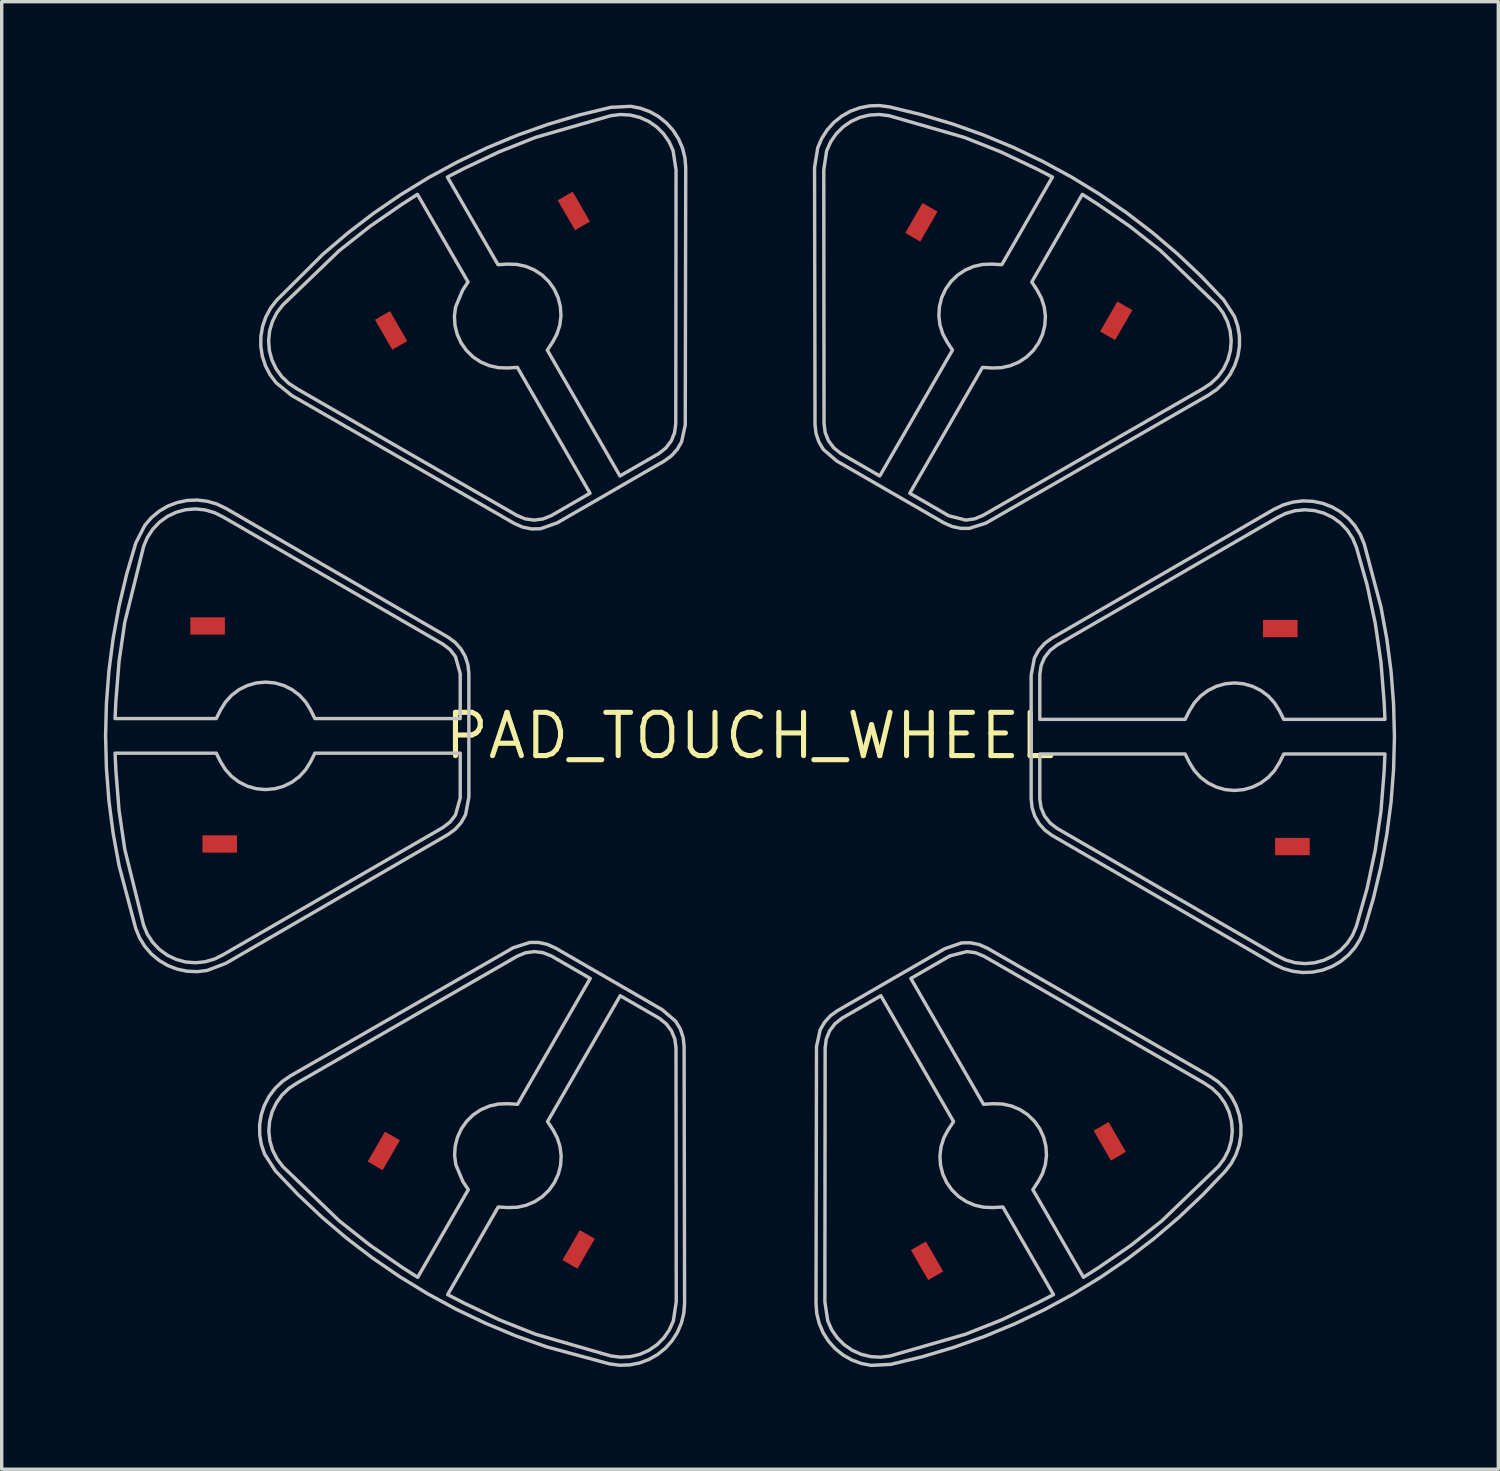
<source format=kicad_pcb>
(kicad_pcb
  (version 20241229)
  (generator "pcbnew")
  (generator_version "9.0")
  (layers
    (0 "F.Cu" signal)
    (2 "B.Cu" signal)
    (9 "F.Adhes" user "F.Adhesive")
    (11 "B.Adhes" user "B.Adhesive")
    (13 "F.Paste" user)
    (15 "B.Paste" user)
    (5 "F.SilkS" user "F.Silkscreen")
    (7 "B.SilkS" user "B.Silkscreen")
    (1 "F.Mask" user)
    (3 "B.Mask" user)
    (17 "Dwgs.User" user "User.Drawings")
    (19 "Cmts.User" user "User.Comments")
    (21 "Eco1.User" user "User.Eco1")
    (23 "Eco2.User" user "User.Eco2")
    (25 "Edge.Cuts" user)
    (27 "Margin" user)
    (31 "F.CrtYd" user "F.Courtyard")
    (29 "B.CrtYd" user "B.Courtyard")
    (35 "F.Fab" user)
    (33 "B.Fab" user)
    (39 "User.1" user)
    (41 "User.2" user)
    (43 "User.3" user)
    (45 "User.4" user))
  (footprint "PAD_TOUCH_WHEEL"
    (layer "F.Cu")
    (at 18.972 18.556)
    (property "Reference" "PAD_TOUCH_WHEEL" (at 0 0 0) (layer "F.SilkS") (effects (font (size 1.27 1.27) (thickness 0.15))))
    (attr through_hole)
    (fp_poly (pts (xy -8.382 -0.381) (xy -18.771 -0.381) (xy -18.745 -1.041) (xy -18.684 -1.961) (xy -18.572 -2.876) (xy -18.409 -3.783) (xy -17.932 -5.563) (xy -17.826 -5.818) (xy -17.68 -6.054) (xy -17.499 -6.263) (xy -17.288 -6.442) (xy -17.051 -6.585) (xy -16.794 -6.69) (xy -16.525 -6.752) (xy -16.249 -6.772) (xy -15.973 -6.748) (xy -15.704 -6.681) (xy -15.215 -6.426) (xy -9.017 -2.845) (xy -8.815 -2.7) (xy -8.644 -2.518) (xy -8.512 -2.307) (xy -8.382 -1.829)) (stroke (width 0) (type solid)) (fill yes) (layer "F.Mask"))
    (fp_poly (pts (xy 3.858 -7.457) (xy 9.052 -16.454) (xy 8.467 -16.762) (xy 7.64 -17.169) (xy 6.792 -17.529) (xy 5.925 -17.841) (xy 4.146 -18.319) (xy 3.868 -18.354) (xy 3.589 -18.346) (xy 3.314 -18.293) (xy 3.052 -18.198) (xy 2.807 -18.063) (xy 2.587 -17.891) (xy 2.396 -17.686) (xy 2.241 -17.454) (xy 2.123 -17.201) (xy 2.047 -16.932) (xy 2.015 -16.654) (xy 2.026 -16.375) (xy 2.042 -9.239) (xy 2.066 -8.991) (xy 2.138 -8.753) (xy 2.255 -8.533) (xy 2.604 -8.181)) (stroke (width 0) (type solid)) (fill yes) (layer "F.Mask"))
    (fp_poly (pts (xy 8.382 0.406) (xy 18.771 0.406) (xy 18.745 1.067) (xy 18.684 1.986) (xy 18.572 2.901) (xy 18.409 3.808) (xy 17.932 5.588) (xy 17.826 5.843) (xy 17.68 6.079) (xy 17.499 6.289) (xy 17.288 6.467) (xy 17.051 6.611) (xy 16.794 6.715) (xy 16.525 6.778) (xy 16.249 6.798) (xy 15.973 6.774) (xy 15.704 6.707) (xy 15.215 6.452) (xy 9.017 2.87) (xy 8.815 2.725) (xy 8.644 2.544) (xy 8.512 2.332) (xy 8.424 2.1) (xy 8.382 1.854)) (stroke (width 0) (type solid)) (fill yes) (layer "F.Mask"))
    (fp_poly (pts (xy -8.382 0.381) (xy -18.771 0.381) (xy -18.745 1.041) (xy -18.684 1.961) (xy -18.572 2.876) (xy -18.409 3.783) (xy -17.932 5.563) (xy -17.825 5.82) (xy -17.677 6.058) (xy -17.495 6.269) (xy -17.281 6.45) (xy -17.042 6.594) (xy -16.782 6.698) (xy -16.51 6.761) (xy -16.231 6.78) (xy -15.953 6.755) (xy -15.682 6.686) (xy -15.425 6.576) (xy -15.189 6.426) (xy -9.017 2.845) (xy -9.017 2.845) (xy -8.815 2.7) (xy -8.645 2.518) (xy -8.513 2.307) (xy -8.382 1.829)) (stroke (width 0) (type solid)) (fill yes) (layer "F.Mask"))
    (fp_poly (pts (xy -3.858 7.457) (xy -9.052 16.454) (xy -8.467 16.762) (xy -7.64 17.169) (xy -6.792 17.529) (xy -5.925 17.841) (xy -4.145 18.319) (xy -3.868 18.354) (xy -3.589 18.346) (xy -3.314 18.293) (xy -3.052 18.198) (xy -2.807 18.063) (xy -2.587 17.891) (xy -2.396 17.686) (xy -2.24 17.454) (xy -2.123 17.201) (xy -2.047 16.932) (xy -2.014 16.654) (xy -2.026 16.375) (xy -2.041 9.239) (xy -2.066 8.991) (xy -2.138 8.753) (xy -2.255 8.533) (xy -2.412 8.34) (xy -2.604 8.181)) (stroke (width 0) (type solid)) (fill yes) (layer "F.Mask"))
    (fp_poly (pts (xy -4.518 7.076) (xy -9.712 16.073) (xy -10.271 15.721) (xy -11.037 15.208) (xy -11.773 14.654) (xy -12.477 14.059) (xy -13.147 13.426) (xy -13.78 12.756) (xy -13.78 12.756) (xy -13.948 12.536) (xy -14.079 12.292) (xy -14.17 12.031) (xy -14.219 11.758) (xy -14.225 11.482) (xy -14.187 11.207) (xy -14.107 10.942) (xy -13.986 10.693) (xy -13.827 10.466) (xy -13.635 10.267) (xy -13.169 9.971) (xy -6.969 6.394) (xy -6.742 6.291) (xy -6.499 6.234) (xy -6.251 6.226) (xy -6.005 6.266) (xy -5.771 6.352)) (stroke (width 0) (type solid)) (fill yes) (layer "F.Mask"))
    (fp_poly (pts (xy -3.864 -7.457) (xy -9.059 -16.454) (xy -8.474 -16.762) (xy -7.647 -17.169) (xy -6.799 -17.529) (xy -5.932 -17.841) (xy -5.049 -18.105) (xy -4.152 -18.319) (xy -4.152 -18.319) (xy -3.878 -18.354) (xy -3.601 -18.346) (xy -3.329 -18.294) (xy -3.068 -18.2) (xy -2.826 -18.067) (xy -2.607 -17.897) (xy -2.418 -17.695) (xy -2.263 -17.465) (xy -2.146 -17.215) (xy -2.069 -16.948) (xy -2.045 -16.397) (xy -2.048 -9.239) (xy -2.073 -8.991) (xy -2.145 -8.753) (xy -2.261 -8.533) (xy -2.419 -8.34) (xy -2.611 -8.181)) (stroke (width 0) (type solid)) (fill yes) (layer "F.Mask"))
    (fp_poly (pts (xy 3.89 7.457) (xy 9.084 16.454) (xy 8.5 16.762) (xy 7.673 17.169) (xy 6.824 17.529) (xy 5.957 17.841) (xy 4.178 18.319) (xy 4.178 18.319) (xy 3.903 18.354) (xy 3.626 18.346) (xy 3.354 18.294) (xy 3.094 18.2) (xy 2.851 18.067) (xy 2.633 17.897) (xy 2.443 17.695) (xy 2.288 17.465) (xy 2.171 17.215) (xy 2.095 16.948) (xy 2.061 16.674) (xy 2.071 16.397) (xy 2.074 9.239) (xy 2.098 8.991) (xy 2.17 8.753) (xy 2.287 8.533) (xy 2.444 8.34) (xy 2.636 8.181)) (stroke (width 0) (type solid)) (fill yes) (layer "F.Mask"))
    (fp_poly (pts (xy 4.518 -7.076) (xy 9.712 -16.073) (xy 10.271 -15.721) (xy 11.037 -15.208) (xy 11.773 -14.654) (xy 12.477 -14.059) (xy 13.78 -12.756) (xy 13.78 -12.756) (xy 13.948 -12.536) (xy 14.079 -12.292) (xy 14.17 -12.031) (xy 14.219 -11.758) (xy 14.225 -11.482) (xy 14.187 -11.207) (xy 14.107 -10.942) (xy 13.986 -10.693) (xy 13.827 -10.466) (xy 13.635 -10.267) (xy 13.414 -10.101) (xy 13.169 -9.971) (xy 6.969 -6.394) (xy 6.742 -6.291) (xy 6.5 -6.234) (xy 6.251 -6.226) (xy 6.005 -6.266) (xy 5.771 -6.352)) (stroke (width 0) (type solid)) (fill yes) (layer "F.Mask"))
    (fp_poly (pts (xy 8.382 -0.356) (xy 18.771 -0.356) (xy 18.745 -1.016) (xy 18.684 -1.936) (xy 18.572 -2.85) (xy 18.409 -3.757) (xy 17.932 -5.537) (xy 17.825 -5.795) (xy 17.677 -6.033) (xy 17.495 -6.244) (xy 17.281 -6.424) (xy 17.042 -6.568) (xy 16.782 -6.673) (xy 16.51 -6.736) (xy 16.231 -6.755) (xy 15.953 -6.729) (xy 15.682 -6.661) (xy 15.425 -6.55) (xy 15.189 -6.401) (xy 9.017 -2.819) (xy 9.017 -2.819) (xy 8.815 -2.674) (xy 8.645 -2.493) (xy 8.513 -2.281) (xy 8.424 -2.049) (xy 8.382 -1.803)) (stroke (width 0) (type solid)) (fill yes) (layer "F.Mask"))
    (fp_poly (pts (xy -4.524 -7.076) (xy -9.719 -16.073) (xy -10.278 -15.721) (xy -11.044 -15.208) (xy -11.78 -14.654) (xy -12.484 -14.059) (xy -13.153 -13.426) (xy -13.787 -12.756) (xy -13.787 -12.756) (xy -13.956 -12.534) (xy -14.088 -12.288) (xy -14.18 -12.024) (xy -14.229 -11.749) (xy -14.234 -11.469) (xy -14.196 -11.192) (xy -14.114 -10.925) (xy -13.991 -10.674) (xy -13.83 -10.446) (xy -13.635 -10.246) (xy -13.411 -10.079) (xy -13.163 -9.949) (xy -6.976 -6.394) (xy -6.749 -6.292) (xy -6.506 -6.235) (xy -6.257 -6.226) (xy -6.012 -6.266) (xy -5.778 -6.352)) (stroke (width 0) (type solid)) (fill yes) (layer "F.Mask"))
    (fp_poly (pts (xy 4.55 7.076) (xy 9.744 16.073) (xy 10.303 15.721) (xy 11.069 15.208) (xy 11.805 14.654) (xy 12.509 14.059) (xy 13.179 13.426) (xy 13.812 12.756) (xy 13.812 12.756) (xy 13.982 12.534) (xy 14.114 12.288) (xy 14.206 12.024) (xy 14.255 11.749) (xy 14.26 11.469) (xy 14.221 11.192) (xy 14.139 10.925) (xy 14.016 10.674) (xy 13.855 10.446) (xy 13.66 10.246) (xy 13.436 10.079) (xy 13.189 9.949) (xy 7.001 6.394) (xy 6.774 6.292) (xy 6.532 6.235) (xy 6.283 6.226) (xy 6.037 6.266) (xy 5.804 6.352)) (stroke (width 0) (type solid)) (fill yes) (layer "F.Mask"))
    (fp_poly (pts (xy -3.818 -7.631) (xy -5.952 -11.326) (xy -5.795 -11.563) (xy -5.795 -11.563) (xy -5.667 -11.803) (xy -5.584 -12.063) (xy -5.551 -12.333) (xy -5.568 -12.604) (xy -5.635 -12.868) (xy -5.749 -13.115) (xy -5.906 -13.337) (xy -6.101 -13.527) (xy -6.328 -13.677) (xy -6.578 -13.784) (xy -6.844 -13.842) (xy -7.116 -13.851) (xy -7.399 -13.834) (xy -8.885 -16.407) (xy -8.411 -16.652) (xy -7.37 -17.146) (xy -6.3 -17.571) (xy -4.089 -18.209) (xy -3.804 -18.244) (xy -3.518 -18.228) (xy -3.24 -18.16) (xy -2.978 -18.043) (xy -2.742 -17.881) (xy -2.539 -17.678) (xy -2.376 -17.443) (xy -2.258 -17.181) (xy -2.172 -16.617) (xy -2.18 -9.163) (xy -2.214 -8.904) (xy -2.312 -8.662) (xy -2.469 -8.453) (xy -2.674 -8.291)) (stroke (width 0.1) (type solid)) (fill no) (layer "Dwgs.User"))
    (fp_poly (pts (xy -3.811 7.631) (xy -5.945 11.326) (xy -5.788 11.563) (xy -5.788 11.563) (xy -5.66 11.803) (xy -5.578 12.063) (xy -5.545 12.333) (xy -5.561 12.604) (xy -5.628 12.868) (xy -5.742 13.115) (xy -5.899 13.337) (xy -6.094 13.527) (xy -6.321 13.677) (xy -6.571 13.784) (xy -6.837 13.842) (xy -7.109 13.851) (xy -7.393 13.834) (xy -8.878 16.407) (xy -8.404 16.652) (xy -7.364 17.146) (xy -6.294 17.571) (xy -4.082 18.209) (xy -3.797 18.244) (xy -3.511 18.228) (xy -3.233 18.16) (xy -2.971 18.043) (xy -2.735 17.881) (xy -2.532 17.678) (xy -2.369 17.443) (xy -2.251 17.181) (xy -2.166 16.617) (xy -2.173 9.163) (xy -2.207 8.904) (xy -2.306 8.662) (xy -2.463 8.453) (xy -2.667 8.291)) (stroke (width 0.1) (type solid)) (fill no) (layer "Dwgs.User"))
    (fp_poly (pts (xy 3.811 -7.631) (xy 5.945 -11.326) (xy 5.788 -11.563) (xy 5.788 -11.563) (xy 5.66 -11.803) (xy 5.578 -12.063) (xy 5.545 -12.333) (xy 5.562 -12.604) (xy 5.628 -12.868) (xy 5.742 -13.115) (xy 5.899 -13.337) (xy 6.094 -13.527) (xy 6.321 -13.677) (xy 6.571 -13.784) (xy 6.837 -13.842) (xy 7.109 -13.851) (xy 7.393 -13.834) (xy 8.879 -16.407) (xy 8.404 -16.652) (xy 7.364 -17.146) (xy 6.294 -17.571) (xy 4.082 -18.209) (xy 3.798 -18.244) (xy 3.511 -18.228) (xy 3.233 -18.16) (xy 2.971 -18.043) (xy 2.735 -17.881) (xy 2.532 -17.678) (xy 2.369 -17.443) (xy 2.251 -17.181) (xy 2.166 -16.617) (xy 2.174 -9.163) (xy 2.207 -8.904) (xy 2.306 -8.662) (xy 2.463 -8.453) (xy 2.667 -8.291)) (stroke (width 0.1) (type solid)) (fill no) (layer "Dwgs.User"))
    (fp_poly (pts (xy 3.843 7.631) (xy 5.977 11.326) (xy 5.821 11.563) (xy 5.82 11.563) (xy 5.692 11.803) (xy 5.61 12.063) (xy 5.577 12.333) (xy 5.594 12.604) (xy 5.66 12.868) (xy 5.774 13.115) (xy 5.931 13.337) (xy 6.126 13.527) (xy 6.353 13.677) (xy 6.604 13.784) (xy 6.869 13.842) (xy 7.141 13.851) (xy 7.425 13.834) (xy 8.911 16.407) (xy 8.436 16.652) (xy 7.396 17.146) (xy 6.326 17.571) (xy 4.114 18.209) (xy 3.83 18.244) (xy 3.544 18.228) (xy 3.265 18.16) (xy 3.004 18.043) (xy 2.767 17.881) (xy 2.564 17.678) (xy 2.401 17.443) (xy 2.284 17.181) (xy 2.198 16.617) (xy 2.206 9.163) (xy 2.239 8.904) (xy 2.338 8.662) (xy 2.495 8.453) (xy 2.7 8.291)) (stroke (width 0.1) (type solid)) (fill no) (layer "Dwgs.User"))
    (fp_poly (pts (xy -8.509 -0.508) (xy -12.776 -0.508) (xy -12.903 -0.762) (xy -13.047 -0.993) (xy -13.23 -1.194) (xy -13.448 -1.358) (xy -13.691 -1.479) (xy -13.953 -1.553) (xy -14.224 -1.578) (xy -14.495 -1.553) (xy -14.757 -1.479) (xy -15 -1.358) (xy -15.218 -1.194) (xy -15.401 -0.993) (xy -15.545 -0.762) (xy -15.672 -0.508) (xy -18.644 -0.508) (xy -18.618 -1.041) (xy -18.526 -2.189) (xy -18.359 -3.329) (xy -17.805 -5.563) (xy -17.805 -5.563) (xy -17.694 -5.827) (xy -17.537 -6.066) (xy -17.339 -6.274) (xy -17.107 -6.442) (xy -16.848 -6.565) (xy -16.571 -6.64) (xy -16.285 -6.663) (xy -16 -6.634) (xy -15.725 -6.554) (xy -15.469 -6.426) (xy -9.017 -2.692) (xy -9.017 -2.692) (xy -8.81 -2.534) (xy -8.649 -2.327) (xy -8.509 -1.829)) (stroke (width 0.1) (type solid)) (fill no) (layer "Dwgs.User"))
    (fp_poly (pts (xy -8.509 0.508) (xy -12.776 0.508) (xy -12.903 0.762) (xy -13.047 0.993) (xy -13.23 1.194) (xy -13.448 1.358) (xy -13.691 1.479) (xy -13.953 1.553) (xy -14.224 1.578) (xy -14.495 1.553) (xy -14.757 1.479) (xy -15 1.358) (xy -15.218 1.194) (xy -15.401 0.993) (xy -15.545 0.762) (xy -15.672 0.508) (xy -18.644 0.508) (xy -18.618 1.041) (xy -18.526 2.189) (xy -18.359 3.329) (xy -17.805 5.563) (xy -17.805 5.563) (xy -17.694 5.827) (xy -17.537 6.066) (xy -17.339 6.274) (xy -17.107 6.442) (xy -16.848 6.565) (xy -16.571 6.64) (xy -16.285 6.663) (xy -16 6.634) (xy -15.725 6.554) (xy -15.469 6.426) (xy -9.017 2.692) (xy -9.017 2.692) (xy -8.81 2.534) (xy -8.649 2.327) (xy -8.509 1.829)) (stroke (width 0.1) (type solid)) (fill no) (layer "Dwgs.User"))
    (fp_poly (pts (xy -4.698 -7.123) (xy -6.831 -10.818) (xy -7.115 -10.801) (xy -7.387 -10.81) (xy -7.653 -10.869) (xy -7.903 -10.975) (xy -8.13 -11.125) (xy -8.325 -11.315) (xy -8.482 -11.537) (xy -8.596 -11.784) (xy -8.662 -12.048) (xy -8.679 -12.32) (xy -8.646 -12.59) (xy -8.436 -13.089) (xy -8.279 -13.326) (xy -9.765 -15.899) (xy -10.214 -15.611) (xy -11.162 -14.957) (xy -12.066 -14.243) (xy -13.723 -12.646) (xy -13.723 -12.646) (xy -13.896 -12.418) (xy -14.025 -12.162) (xy -14.106 -11.887) (xy -14.135 -11.602) (xy -14.113 -11.316) (xy -14.039 -11.039) (xy -13.916 -10.78) (xy -13.749 -10.547) (xy -13.542 -10.349) (xy -13.303 -10.191) (xy -6.843 -6.471) (xy -6.843 -6.471) (xy -6.602 -6.371) (xy -6.344 -6.335) (xy -6.084 -6.367) (xy -5.842 -6.462)) (stroke (width 0.1) (type solid)) (fill no) (layer "Dwgs.User"))
    (fp_poly (pts (xy -4.691 7.123) (xy -6.825 10.818) (xy -7.108 10.801) (xy -7.38 10.81) (xy -7.646 10.869) (xy -7.896 10.975) (xy -8.123 11.125) (xy -8.318 11.315) (xy -8.475 11.537) (xy -8.589 11.784) (xy -8.656 12.048) (xy -8.673 12.32) (xy -8.639 12.59) (xy -8.429 13.089) (xy -8.272 13.326) (xy -9.758 15.899) (xy -10.207 15.611) (xy -11.155 14.957) (xy -12.059 14.243) (xy -13.717 12.646) (xy -13.717 12.646) (xy -13.89 12.418) (xy -14.019 12.162) (xy -14.099 11.887) (xy -14.129 11.602) (xy -14.106 11.316) (xy -14.032 11.039) (xy -13.909 10.78) (xy -13.742 10.547) (xy -13.535 10.349) (xy -13.296 10.191) (xy -6.837 6.471) (xy -6.837 6.471) (xy -6.595 6.371) (xy -6.337 6.335) (xy -6.078 6.367) (xy -5.835 6.462)) (stroke (width 0.1) (type solid)) (fill no) (layer "Dwgs.User"))
    (fp_poly (pts (xy 4.691 -7.123) (xy 6.825 -10.818) (xy 7.108 -10.801) (xy 7.38 -10.81) (xy 7.646 -10.869) (xy 7.896 -10.975) (xy 8.123 -11.125) (xy 8.318 -11.315) (xy 8.475 -11.537) (xy 8.589 -11.784) (xy 8.656 -12.048) (xy 8.673 -12.32) (xy 8.64 -12.59) (xy 8.557 -12.849) (xy 8.429 -13.089) (xy 8.273 -13.326) (xy 9.758 -15.899) (xy 10.208 -15.611) (xy 11.156 -14.957) (xy 12.059 -14.243) (xy 13.717 -12.646) (xy 13.717 -12.646) (xy 13.89 -12.418) (xy 14.019 -12.162) (xy 14.099 -11.887) (xy 14.129 -11.602) (xy 14.106 -11.316) (xy 14.032 -11.039) (xy 13.91 -10.78) (xy 13.742 -10.547) (xy 13.535 -10.349) (xy 13.296 -10.191) (xy 6.837 -6.471) (xy 6.837 -6.471) (xy 6.596 -6.371) (xy 6.337 -6.335) (xy 5.835 -6.462)) (stroke (width 0.1) (type solid)) (fill no) (layer "Dwgs.User"))
    (fp_poly (pts (xy 4.723 7.123) (xy 6.857 10.818) (xy 7.14 10.801) (xy 7.412 10.81) (xy 7.678 10.869) (xy 7.929 10.975) (xy 8.155 11.125) (xy 8.351 11.315) (xy 8.508 11.537) (xy 8.621 11.784) (xy 8.688 12.048) (xy 8.705 12.32) (xy 8.672 12.59) (xy 8.59 12.849) (xy 8.461 13.089) (xy 8.305 13.326) (xy 9.791 15.899) (xy 10.24 15.611) (xy 11.188 14.957) (xy 12.091 14.243) (xy 13.749 12.646) (xy 13.749 12.646) (xy 13.922 12.418) (xy 14.051 12.162) (xy 14.131 11.887) (xy 14.161 11.602) (xy 14.138 11.316) (xy 14.064 11.039) (xy 13.942 10.78) (xy 13.774 10.547) (xy 13.568 10.349) (xy 13.328 10.191) (xy 6.869 6.471) (xy 6.869 6.471) (xy 6.628 6.371) (xy 6.369 6.335) (xy 5.867 6.462)) (stroke (width 0.1) (type solid)) (fill no) (layer "Dwgs.User"))
    (fp_poly (pts (xy 8.509 -0.483) (xy 12.776 -0.483) (xy 12.903 -0.737) (xy 13.047 -0.968) (xy 13.23 -1.169) (xy 13.448 -1.332) (xy 13.691 -1.453) (xy 13.953 -1.528) (xy 14.224 -1.553) (xy 14.495 -1.528) (xy 14.757 -1.453) (xy 15 -1.332) (xy 15.218 -1.169) (xy 15.401 -0.968) (xy 15.545 -0.737) (xy 15.672 -0.483) (xy 18.644 -0.483) (xy 18.618 -1.016) (xy 18.526 -2.164) (xy 18.359 -3.303) (xy 18.119 -4.429) (xy 17.805 -5.537) (xy 17.805 -5.537) (xy 17.694 -5.801) (xy 17.537 -6.041) (xy 17.339 -6.248) (xy 17.107 -6.416) (xy 16.848 -6.54) (xy 16.571 -6.614) (xy 16.285 -6.638) (xy 16 -6.609) (xy 15.725 -6.529) (xy 15.469 -6.401) (xy 9.017 -2.667) (xy 9.017 -2.667) (xy 8.81 -2.508) (xy 8.649 -2.302) (xy 8.547 -2.062) (xy 8.509 -1.803)) (stroke (width 0.1) (type solid)) (fill no) (layer "Dwgs.User"))
    (fp_poly (pts (xy 8.509 0.533) (xy 12.776 0.533) (xy 12.903 0.787) (xy 13.047 1.019) (xy 13.23 1.219) (xy 13.448 1.383) (xy 13.691 1.504) (xy 13.953 1.579) (xy 14.224 1.604) (xy 14.495 1.579) (xy 14.757 1.504) (xy 15 1.383) (xy 15.218 1.219) (xy 15.401 1.019) (xy 15.545 0.787) (xy 15.672 0.533) (xy 18.644 0.533) (xy 18.618 1.067) (xy 18.526 2.215) (xy 18.359 3.354) (xy 18.119 4.48) (xy 17.805 5.588) (xy 17.805 5.588) (xy 17.694 5.852) (xy 17.537 6.092) (xy 17.339 6.299) (xy 17.107 6.467) (xy 16.848 6.59) (xy 16.571 6.665) (xy 16.285 6.688) (xy 16 6.66) (xy 15.725 6.58) (xy 15.469 6.452) (xy 9.017 2.718) (xy 9.017 2.718) (xy 8.81 2.559) (xy 8.649 2.353) (xy 8.547 2.113) (xy 8.509 1.854)) (stroke (width 0.1) (type solid)) (fill no) (layer "Dwgs.User"))
    (fp_poly (pts (xy -8.255 1.803) (xy -8.255 -1.829) (xy -8.255 -1.829) (xy -8.282 -2.084) (xy -8.36 -2.328) (xy -8.488 -2.551) (xy -8.658 -2.743) (xy -8.865 -2.896) (xy -15.392 -6.68) (xy -15.658 -6.807) (xy -15.941 -6.889) (xy -16.234 -6.924) (xy -16.528 -6.911) (xy -16.817 -6.851) (xy -17.092 -6.746) (xy -17.346 -6.597) (xy -17.573 -6.409) (xy -17.766 -6.187) (xy -18.034 -5.664) (xy -18.304 -4.744) (xy -18.526 -3.81) (xy -18.699 -2.867) (xy -18.823 -1.915) (xy -18.897 -0.959) (xy -18.922 0) (xy -18.897 0.959) (xy -18.823 1.915) (xy -18.699 2.867) (xy -18.526 3.81) (xy -18.034 5.664) (xy -17.921 5.936) (xy -17.766 6.187) (xy -17.573 6.409) (xy -17.346 6.597) (xy -17.092 6.746) (xy -16.817 6.851) (xy -16.528 6.911) (xy -16.234 6.924) (xy -15.941 6.889) (xy -15.392 6.68) (xy -8.865 2.896) (xy -8.865 2.896) (xy -8.653 2.741) (xy -8.48 2.544) (xy -8.352 2.315)) (stroke (width 0.1) (type solid)) (fill no) (layer "Dwgs.User"))
    (fp_poly (pts (xy -5.665 -6.252) (xy -2.52 -8.068) (xy -2.52 -8.068) (xy -2.312 -8.218) (xy -2.139 -8.409) (xy -2.01 -8.63) (xy -1.901 -9.129) (xy -1.887 -16.675) (xy -1.887 -16.675) (xy -1.91 -16.968) (xy -1.981 -17.254) (xy -2.097 -17.525) (xy -2.255 -17.774) (xy -2.451 -17.994) (xy -2.68 -18.179) (xy -2.936 -18.325) (xy -3.212 -18.427) (xy -3.501 -18.484) (xy -4.088 -18.454) (xy -5.02 -18.228) (xy -5.939 -17.953) (xy -6.843 -17.631) (xy -7.728 -17.263) (xy -8.594 -16.849) (xy -9.437 -16.391) (xy -10.255 -15.89) (xy -11.046 -15.348) (xy -11.808 -14.765) (xy -12.538 -14.143) (xy -13.898 -12.79) (xy -13.898 -12.79) (xy -14.078 -12.557) (xy -14.217 -12.297) (xy -14.313 -12.018) (xy -14.362 -11.728) (xy -14.364 -11.433) (xy -14.318 -11.142) (xy -14.226 -10.862) (xy -14.089 -10.601) (xy -13.913 -10.366) (xy -13.457 -9.995) (xy -6.916 -6.234) (xy -6.916 -6.234) (xy -6.676 -6.128) (xy -6.419 -6.076) (xy -6.157 -6.08)) (stroke (width 0.1) (type solid)) (fill no) (layer "Dwgs.User"))
    (fp_poly (pts (xy 5.716 6.252) (xy 2.571 8.068) (xy 2.363 8.218) (xy 2.19 8.409) (xy 2.061 8.63) (xy 1.952 9.129) (xy 1.938 16.675) (xy 1.938 16.675) (xy 1.961 16.968) (xy 2.032 17.254) (xy 2.147 17.525) (xy 2.305 17.774) (xy 2.502 17.994) (xy 2.731 18.179) (xy 2.987 18.325) (xy 3.263 18.427) (xy 3.552 18.484) (xy 4.138 18.454) (xy 5.071 18.228) (xy 5.99 17.953) (xy 6.893 17.631) (xy 7.779 17.263) (xy 8.645 16.849) (xy 9.488 16.391) (xy 10.306 15.89) (xy 11.097 15.348) (xy 11.859 14.765) (xy 12.589 14.143) (xy 13.287 13.484) (xy 13.949 12.79) (xy 14.129 12.557) (xy 14.268 12.297) (xy 14.364 12.018) (xy 14.413 11.728) (xy 14.415 11.433) (xy 14.369 11.142) (xy 14.276 10.862) (xy 14.14 10.601) (xy 13.963 10.366) (xy 13.751 10.162) (xy 13.508 9.995) (xy 6.967 6.234) (xy 6.967 6.234) (xy 6.727 6.128) (xy 6.47 6.076) (xy 6.208 6.08)) (stroke (width 0.1) (type solid)) (fill no) (layer "Dwgs.User"))
    (fp_poly (pts (xy -2.576 8.043) (xy -5.721 6.226) (xy -5.956 6.122) (xy -6.206 6.067) (xy -6.463 6.066) (xy -6.95 6.221) (xy -13.491 9.982) (xy -13.491 9.982) (xy -13.734 10.149) (xy -13.946 10.353) (xy -14.123 10.589) (xy -14.259 10.85) (xy -14.352 11.13) (xy -14.398 11.421) (xy -14.396 11.715) (xy -14.347 12.006) (xy -14.251 12.284) (xy -13.932 12.777) (xy -13.932 12.777) (xy -13.27 13.471) (xy -12.573 14.13) (xy -11.842 14.752) (xy -11.08 15.335) (xy -10.289 15.878) (xy -9.471 16.379) (xy -8.628 16.837) (xy -7.762 17.25) (xy -6.877 17.619) (xy -5.973 17.94) (xy -4.122 18.442) (xy -4.122 18.442) (xy -3.83 18.48) (xy -3.535 18.471) (xy -3.246 18.415) (xy -2.97 18.312) (xy -2.714 18.166) (xy -2.485 17.981) (xy -2.288 17.761) (xy -2.13 17.513) (xy -2.015 17.242) (xy -1.944 16.956) (xy -1.921 16.662) (xy -1.935 9.117) (xy -1.935 9.116) (xy -1.963 8.856) (xy -2.046 8.608) (xy -2.181 8.383)) (stroke (width 0.1) (type solid)) (fill no) (layer "Dwgs.User"))
    (fp_poly (pts (xy 2.55 -8.068) (xy 5.696 -6.252) (xy 5.93 -6.147) (xy 6.181 -6.093) (xy 6.438 -6.092) (xy 6.925 -6.246) (xy 13.466 -10.007) (xy 13.466 -10.007) (xy 13.709 -10.174) (xy 13.921 -10.378) (xy 14.098 -10.614) (xy 14.234 -10.875) (xy 14.326 -11.155) (xy 14.372 -11.446) (xy 14.371 -11.741) (xy 14.321 -12.031) (xy 14.226 -12.31) (xy 13.907 -12.803) (xy 13.907 -12.803) (xy 13.245 -13.497) (xy 12.547 -14.156) (xy 11.817 -14.777) (xy 11.055 -15.36) (xy 10.264 -15.903) (xy 9.446 -16.404) (xy 8.603 -16.862) (xy 7.737 -17.276) (xy 6.851 -17.644) (xy 5.948 -17.966) (xy 5.028 -18.24) (xy 4.096 -18.467) (xy 4.096 -18.467) (xy 3.804 -18.506) (xy 3.51 -18.497) (xy 3.221 -18.44) (xy 2.944 -18.338) (xy 2.688 -18.192) (xy 2.459 -18.007) (xy 2.263 -17.787) (xy 2.105 -17.538) (xy 1.989 -17.267) (xy 1.895 -16.687) (xy 1.909 -9.142) (xy 1.909 -9.142) (xy 1.938 -8.881) (xy 2.021 -8.633) (xy 2.155 -8.408)) (stroke (width 0.1) (type solid)) (fill no) (layer "Dwgs.User"))
    (fp_poly (pts (xy 8.255 -1.778) (xy 8.255 1.854) (xy 8.255 1.854) (xy 8.282 2.109) (xy 8.36 2.354) (xy 8.488 2.577) (xy 8.658 2.768) (xy 8.865 2.921) (xy 15.392 6.706) (xy 15.658 6.832) (xy 15.941 6.914) (xy 16.234 6.949) (xy 16.528 6.937) (xy 16.817 6.877) (xy 17.092 6.771) (xy 17.346 6.622) (xy 17.573 6.434) (xy 17.766 6.212) (xy 17.921 5.962) (xy 18.034 5.69) (xy 18.304 4.769) (xy 18.526 3.836) (xy 18.699 2.892) (xy 18.823 1.941) (xy 18.897 0.984) (xy 18.922 0.025) (xy 18.897 -0.934) (xy 18.823 -1.89) (xy 18.699 -2.841) (xy 18.526 -3.785) (xy 18.034 -5.639) (xy 17.921 -5.911) (xy 17.766 -6.162) (xy 17.573 -6.384) (xy 17.346 -6.572) (xy 17.092 -6.72) (xy 16.817 -6.826) (xy 16.528 -6.886) (xy 16.234 -6.899) (xy 15.941 -6.863) (xy 15.658 -6.781) (xy 15.392 -6.655) (xy 8.865 -2.87) (xy 8.865 -2.87) (xy 8.653 -2.715) (xy 8.48 -2.519) (xy 8.352 -2.29)) (stroke (width 0.1) (type solid)) (fill no) (layer "Dwgs.User"))
    (pad "P$1" smd rect (at -15.926 -3.226) (size 1.016 0.508) (layers "F.Cu" "F.Mask"))
    (pad "P$2" smd rect (at -15.57 3.175) (size 1.016 0.508) (layers "F.Cu" "F.Mask"))
    (pad "P$3" smd rect (at 15.926 3.251 180) (size 1.016 0.508) (layers "F.Cu" "F.Mask"))
    (pad "P$4" smd rect (at 15.57 -3.15 180) (size 1.016 0.508) (layers "F.Cu" "F.Mask"))
    (pad "P$5" smd rect (at -10.753 12.187 60) (size 1.016 0.508) (layers "F.Cu" "F.Mask"))
    (pad "P$6" smd rect (at -5.032 15.079 60) (size 1.016 0.508) (layers "F.Cu" "F.Mask"))
    (pad "P$7" smd rect (at 5.198 15.413 120) (size 1.016 0.508) (layers "F.Cu" "F.Mask"))
    (pad "P$8" smd rect (at 10.564 11.904 120) (size 1.016 0.508) (layers "F.Cu" "F.Mask"))
    (pad "P$9" smd rect (at 10.753 -12.187 240) (size 1.016 0.508) (layers "F.Cu" "F.Mask"))
    (pad "P$10" smd rect (at 5.032 -15.079 240) (size 1.016 0.508) (layers "F.Cu" "F.Mask"))
    (pad "P$11" smd rect (at -5.173 -15.413 300) (size 1.016 0.508) (layers "F.Cu" "F.Mask"))
    (pad "P$12" smd rect (at -10.538 -11.904 300) (size 1.016 0.508) (layers "F.Cu" "F.Mask")))
  (gr_rect
    (start -3 -3)
    (end 40.944 40.09)
    (stroke (width 0.1) (type default))
    (fill no)
    (layer "Edge.Cuts")))
</source>
